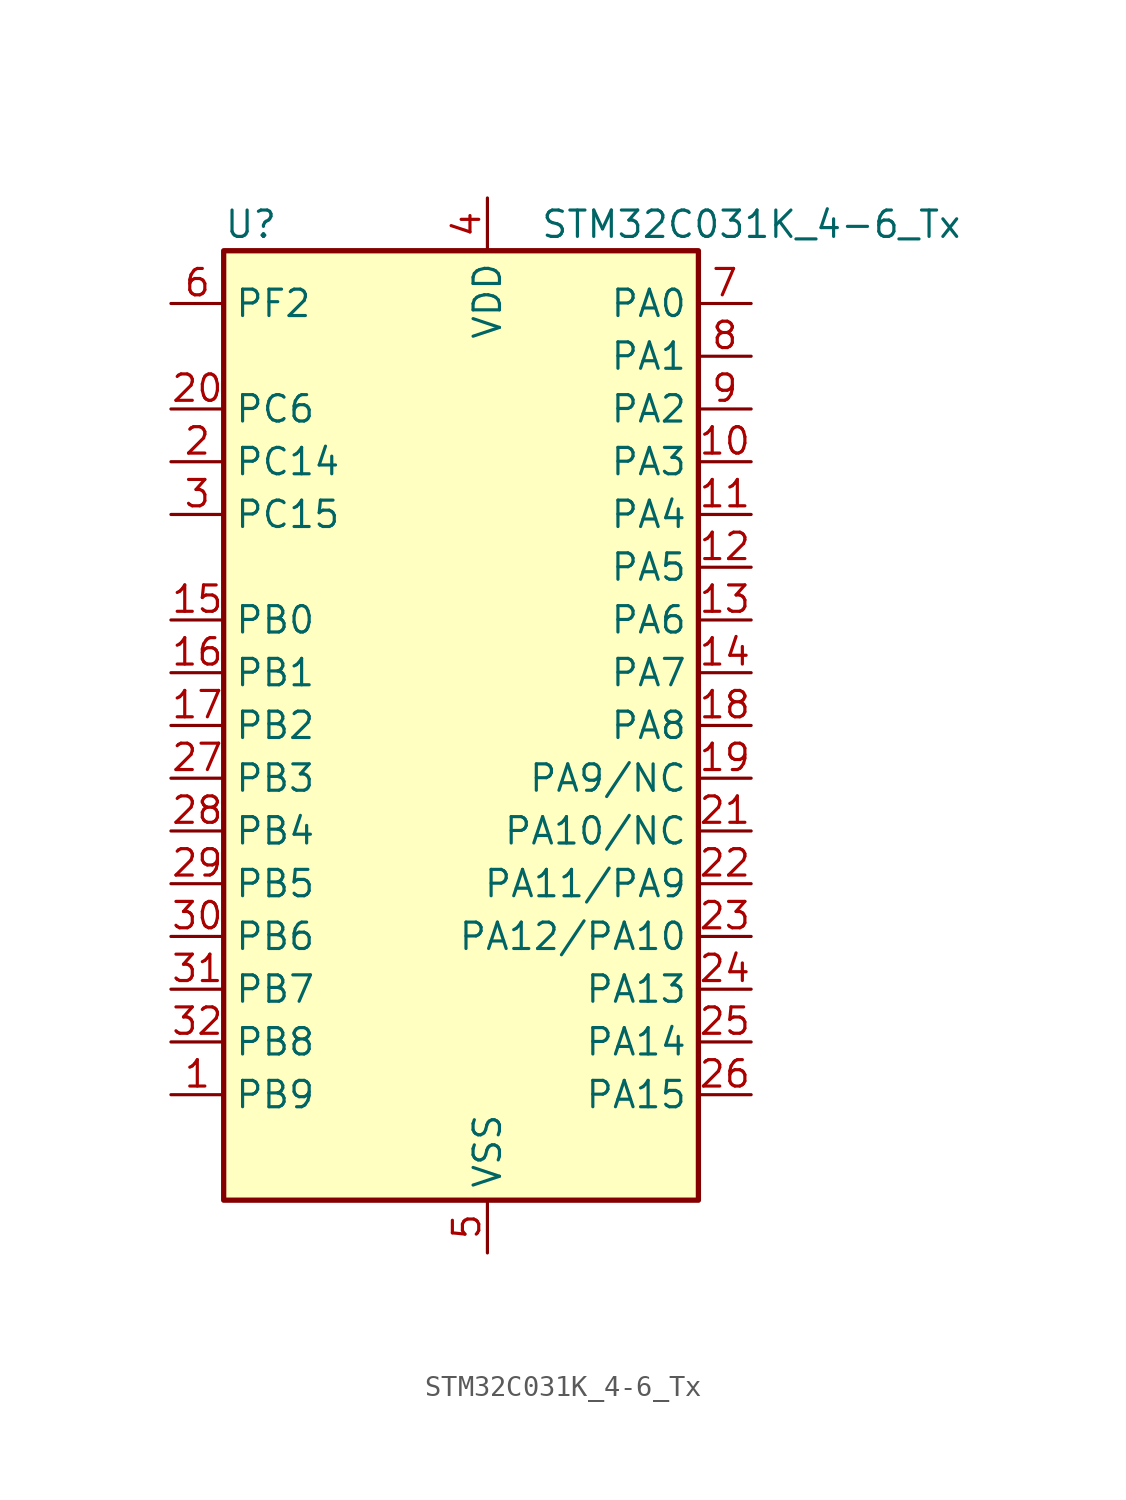
<source format=kicad_sym>
(kicad_symbol_lib
  (version 20220914)
  (generator kicad_symbol_editor)
  (symbol "STM32C031K_4-6_Tx"
    (property "Reference" "U"
      (at -10.16 24.13 0)
      (effects (font (size 1.27 1.27)) (justify left)))
    (property "Value" "STM32C031K_4-6_Tx"
      (at 5.08 24.13 0)
      (effects (font (size 1.27 1.27)) (justify left)))
    (property "ki_locked" ""
      (at 0 0 0)
      (effects (font (size 1.27 1.27))))
    (symbol "STM32C031K_4-6_Tx_0_1"
      (rectangle (start -10.16 -22.86) (end 12.7 22.86) (stroke (width 0.254) (type default)) (fill (type background))))
    (symbol "STM32C031K_4-6_Tx_1_1"
      (pin bidirectional line (at -12.7 -17.78 0) (length 2.54) (name "PB9" (effects (font (size 1.27 1.27)))) (number "1" (effects (font (size 1.27 1.27)))) (alternate "I2C1_SDA" bidirectional line) (alternate "IR_OUT" bidirectional line) (alternate "TIM17_CH1" bidirectional line) (alternate "TIM3_CH2" bidirectional line) (alternate "USART2_CK" bidirectional line) (alternate "USART2_DE" bidirectional line) (alternate "USART2_RTS" bidirectional line))
      (pin bidirectional line (at 15.24 12.7 180) (length 2.54) (name "PA3" (effects (font (size 1.27 1.27)))) (number "10" (effects (font (size 1.27 1.27)))) (alternate "ADC1_IN3" bidirectional line) (alternate "TIM1_CH1N" bidirectional line) (alternate "TIM1_CH4" bidirectional line) (alternate "USART2_RX" bidirectional line))
      (pin bidirectional line (at 15.24 10.16 180) (length 2.54) (name "PA4" (effects (font (size 1.27 1.27)))) (number "11" (effects (font (size 1.27 1.27)))) (alternate "ADC1_IN4" bidirectional line) (alternate "I2S1_WS" bidirectional line) (alternate "PWR_WKUP2" bidirectional line) (alternate "RTC_OUT1" bidirectional line) (alternate "RTC_TS" bidirectional line) (alternate "SPI1_NSS" bidirectional line) (alternate "TIM14_CH1" bidirectional line) (alternate "TIM17_CH1N" bidirectional line) (alternate "TIM1_CH2N" bidirectional line) (alternate "USART2_TX" bidirectional line))
      (pin bidirectional line (at 15.24 7.62 180) (length 2.54) (name "PA5" (effects (font (size 1.27 1.27)))) (number "12" (effects (font (size 1.27 1.27)))) (alternate "ADC1_IN5" bidirectional line) (alternate "I2S1_CK" bidirectional line) (alternate "SPI1_SCK" bidirectional line) (alternate "TIM1_CH1" bidirectional line) (alternate "TIM1_CH3N" bidirectional line) (alternate "USART2_RX" bidirectional line))
      (pin bidirectional line (at 15.24 5.08 180) (length 2.54) (name "PA6" (effects (font (size 1.27 1.27)))) (number "13" (effects (font (size 1.27 1.27)))) (alternate "ADC1_IN6" bidirectional line) (alternate "I2S1_MCK" bidirectional line) (alternate "SPI1_MISO" bidirectional line) (alternate "TIM16_CH1" bidirectional line) (alternate "TIM1_BKIN" bidirectional line) (alternate "TIM3_CH1" bidirectional line))
      (pin bidirectional line (at 15.24 2.54 180) (length 2.54) (name "PA7" (effects (font (size 1.27 1.27)))) (number "14" (effects (font (size 1.27 1.27)))) (alternate "ADC1_IN7" bidirectional line) (alternate "I2S1_SD" bidirectional line) (alternate "SPI1_MOSI" bidirectional line) (alternate "TIM14_CH1" bidirectional line) (alternate "TIM17_CH1" bidirectional line) (alternate "TIM1_CH1N" bidirectional line) (alternate "TIM3_CH2" bidirectional line))
      (pin bidirectional line (at -12.7 5.08 0) (length 2.54) (name "PB0" (effects (font (size 1.27 1.27)))) (number "15" (effects (font (size 1.27 1.27)))) (alternate "ADC1_IN17" bidirectional line) (alternate "I2S1_WS" bidirectional line) (alternate "SPI1_NSS" bidirectional line) (alternate "TIM1_CH2N" bidirectional line) (alternate "TIM3_CH3" bidirectional line))
      (pin bidirectional line (at -12.7 2.54 0) (length 2.54) (name "PB1" (effects (font (size 1.27 1.27)))) (number "16" (effects (font (size 1.27 1.27)))) (alternate "ADC1_IN18" bidirectional line) (alternate "TIM14_CH1" bidirectional line) (alternate "TIM1_CH2N" bidirectional line) (alternate "TIM1_CH3N" bidirectional line) (alternate "TIM3_CH4" bidirectional line))
      (pin bidirectional line (at -12.7 0 0) (length 2.54) (name "PB2" (effects (font (size 1.27 1.27)))) (number "17" (effects (font (size 1.27 1.27)))) (alternate "ADC1_IN19" bidirectional line) (alternate "RCC_MCO_2" bidirectional line) (alternate "USART1_RX" bidirectional line))
      (pin bidirectional line (at 15.24 0 180) (length 2.54) (name "PA8" (effects (font (size 1.27 1.27)))) (number "18" (effects (font (size 1.27 1.27)))) (alternate "ADC1_IN8" bidirectional line) (alternate "I2S1_WS" bidirectional line) (alternate "RCC_MCO" bidirectional line) (alternate "RCC_MCO_2" bidirectional line) (alternate "SPI1_NSS" bidirectional line) (alternate "TIM14_CH1" bidirectional line) (alternate "TIM1_CH1" bidirectional line) (alternate "TIM1_CH2N" bidirectional line) (alternate "TIM1_CH3N" bidirectional line) (alternate "TIM3_CH3" bidirectional line) (alternate "TIM3_CH4" bidirectional line) (alternate "USART1_RX" bidirectional line) (alternate "USART2_TX" bidirectional line))
      (pin bidirectional line (at 15.24 -2.54 180) (length 2.54) (name "PA9/NC" (effects (font (size 1.27 1.27)))) (number "19" (effects (font (size 1.27 1.27)))) (alternate "I2C1_SCL" bidirectional line) (alternate "RCC_MCO" bidirectional line) (alternate "TIM1_CH2" bidirectional line) (alternate "TIM3_ETR" bidirectional line) (alternate "USART1_TX" bidirectional line))
      (pin bidirectional line (at -12.7 12.7 0) (length 2.54) (name "PC14" (effects (font (size 1.27 1.27)))) (number "2" (effects (font (size 1.27 1.27)))) (alternate "I2C1_SDA" bidirectional line) (alternate "IR_OUT" bidirectional line) (alternate "RCC_OSCX_IN" bidirectional line) (alternate "TIM17_CH1" bidirectional line) (alternate "TIM1_BKIN2" bidirectional line) (alternate "TIM1_ETR" bidirectional line) (alternate "TIM3_CH2" bidirectional line) (alternate "USART1_TX" bidirectional line) (alternate "USART2_CK" bidirectional line) (alternate "USART2_DE" bidirectional line) (alternate "USART2_RTS" bidirectional line))
      (pin bidirectional line (at -12.7 15.24 0) (length 2.54) (name "PC6" (effects (font (size 1.27 1.27)))) (number "20" (effects (font (size 1.27 1.27)))) (alternate "TIM3_CH1" bidirectional line))
      (pin bidirectional line (at 15.24 -5.08 180) (length 2.54) (name "PA10/NC" (effects (font (size 1.27 1.27)))) (number "21" (effects (font (size 1.27 1.27)))) (alternate "I2C1_SDA" bidirectional line) (alternate "RCC_MCO_2" bidirectional line) (alternate "TIM17_BKIN" bidirectional line) (alternate "TIM1_CH3" bidirectional line) (alternate "USART1_RX" bidirectional line))
      (pin bidirectional line (at 15.24 -7.62 180) (length 2.54) (name "PA11/PA9" (effects (font (size 1.27 1.27)))) (number "22" (effects (font (size 1.27 1.27)))) (alternate "ADC1_EXTI11" bidirectional line) (alternate "ADC1_IN11" bidirectional line) (alternate "I2S1_MCK" bidirectional line) (alternate "SPI1_MISO" bidirectional line) (alternate "TIM1_BKIN2" bidirectional line) (alternate "TIM1_CH4" bidirectional line) (alternate "USART1_CTS" bidirectional line) (alternate "USART1_NSS" bidirectional line))
      (pin bidirectional line (at 15.24 -10.16 180) (length 2.54) (name "PA12/PA10" (effects (font (size 1.27 1.27)))) (number "23" (effects (font (size 1.27 1.27)))) (alternate "ADC1_IN12" bidirectional line) (alternate "I2S1_SD" bidirectional line) (alternate "I2S_CKIN" bidirectional line) (alternate "SPI1_MOSI" bidirectional line) (alternate "TIM1_ETR" bidirectional line) (alternate "USART1_CK" bidirectional line) (alternate "USART1_DE" bidirectional line) (alternate "USART1_RTS" bidirectional line))
      (pin bidirectional line (at 15.24 -12.7 180) (length 2.54) (name "PA13" (effects (font (size 1.27 1.27)))) (number "24" (effects (font (size 1.27 1.27)))) (alternate "ADC1_IN13" bidirectional line) (alternate "DEBUG_SWDIO" bidirectional line) (alternate "IR_OUT" bidirectional line) (alternate "TIM3_ETR" bidirectional line) (alternate "USART2_RX" bidirectional line))
      (pin bidirectional line (at 15.24 -15.24 180) (length 2.54) (name "PA14" (effects (font (size 1.27 1.27)))) (number "25" (effects (font (size 1.27 1.27)))) (alternate "ADC1_IN14" bidirectional line) (alternate "DEBUG_SWCLK" bidirectional line) (alternate "I2S1_WS" bidirectional line) (alternate "RCC_MCO_2" bidirectional line) (alternate "SPI1_NSS" bidirectional line) (alternate "TIM1_CH1" bidirectional line) (alternate "USART1_CK" bidirectional line) (alternate "USART1_DE" bidirectional line) (alternate "USART1_RTS" bidirectional line) (alternate "USART2_RX" bidirectional line) (alternate "USART2_TX" bidirectional line))
      (pin bidirectional line (at 15.24 -17.78 180) (length 2.54) (name "PA15" (effects (font (size 1.27 1.27)))) (number "26" (effects (font (size 1.27 1.27)))) (alternate "I2S1_WS" bidirectional line) (alternate "RCC_MCO_2" bidirectional line) (alternate "SPI1_NSS" bidirectional line) (alternate "TIM1_CH1" bidirectional line) (alternate "USART1_CK" bidirectional line) (alternate "USART1_DE" bidirectional line) (alternate "USART1_RTS" bidirectional line) (alternate "USART2_RX" bidirectional line))
      (pin bidirectional line (at -12.7 -2.54 0) (length 2.54) (name "PB3" (effects (font (size 1.27 1.27)))) (number "27" (effects (font (size 1.27 1.27)))) (alternate "I2S1_CK" bidirectional line) (alternate "SPI1_SCK" bidirectional line) (alternate "TIM1_CH2" bidirectional line) (alternate "TIM3_CH2" bidirectional line) (alternate "USART1_CK" bidirectional line) (alternate "USART1_DE" bidirectional line) (alternate "USART1_RTS" bidirectional line))
      (pin bidirectional line (at -12.7 -5.08 0) (length 2.54) (name "PB4" (effects (font (size 1.27 1.27)))) (number "28" (effects (font (size 1.27 1.27)))) (alternate "I2S1_MCK" bidirectional line) (alternate "SPI1_MISO" bidirectional line) (alternate "TIM17_BKIN" bidirectional line) (alternate "TIM3_CH1" bidirectional line) (alternate "USART1_CTS" bidirectional line) (alternate "USART1_NSS" bidirectional line))
      (pin bidirectional line (at -12.7 -7.62 0) (length 2.54) (name "PB5" (effects (font (size 1.27 1.27)))) (number "29" (effects (font (size 1.27 1.27)))) (alternate "I2C1_SMBA" bidirectional line) (alternate "I2S1_SD" bidirectional line) (alternate "PWR_WKUP6" bidirectional line) (alternate "SPI1_MOSI" bidirectional line) (alternate "TIM16_BKIN" bidirectional line) (alternate "TIM3_CH2" bidirectional line) (alternate "TIM3_CH3" bidirectional line))
      (pin bidirectional line (at -12.7 10.16 0) (length 2.54) (name "PC15" (effects (font (size 1.27 1.27)))) (number "3" (effects (font (size 1.27 1.27)))) (alternate "RCC_OSC32_EN" bidirectional line) (alternate "RCC_OSCX_OUT" bidirectional line) (alternate "RCC_OSC_EN" bidirectional line) (alternate "TIM1_ETR" bidirectional line) (alternate "TIM3_CH3" bidirectional line))
      (pin bidirectional line (at -12.7 -10.16 0) (length 2.54) (name "PB6" (effects (font (size 1.27 1.27)))) (number "30" (effects (font (size 1.27 1.27)))) (alternate "I2C1_SCL" bidirectional line) (alternate "I2C1_SMBA" bidirectional line) (alternate "I2S1_CK" bidirectional line) (alternate "I2S1_MCK" bidirectional line) (alternate "I2S1_SD" bidirectional line) (alternate "PWR_WKUP3" bidirectional line) (alternate "SPI1_MISO" bidirectional line) (alternate "SPI1_MOSI" bidirectional line) (alternate "SPI1_SCK" bidirectional line) (alternate "TIM16_BKIN" bidirectional line) (alternate "TIM16_CH1N" bidirectional line) (alternate "TIM17_BKIN" bidirectional line) (alternate "TIM1_CH2" bidirectional line) (alternate "TIM1_CH3" bidirectional line) (alternate "TIM3_CH1" bidirectional line) (alternate "TIM3_CH2" bidirectional line) (alternate "TIM3_CH3" bidirectional line) (alternate "USART1_CK" bidirectional line) (alternate "USART1_CTS" bidirectional line) (alternate "USART1_DE" bidirectional line) (alternate "USART1_NSS" bidirectional line) (alternate "USART1_RTS" bidirectional line) (alternate "USART1_TX" bidirectional line))
      (pin bidirectional line (at -12.7 -12.7 0) (length 2.54) (name "PB7" (effects (font (size 1.27 1.27)))) (number "31" (effects (font (size 1.27 1.27)))) (alternate "I2C1_SCL" bidirectional line) (alternate "I2C1_SDA" bidirectional line) (alternate "RTC_REFIN" bidirectional line) (alternate "TIM16_CH1" bidirectional line) (alternate "TIM17_CH1N" bidirectional line) (alternate "TIM1_CH4" bidirectional line) (alternate "TIM3_CH1" bidirectional line) (alternate "TIM3_CH4" bidirectional line) (alternate "USART1_RX" bidirectional line) (alternate "USART2_CTS" bidirectional line) (alternate "USART2_NSS" bidirectional line))
      (pin bidirectional line (at -12.7 -15.24 0) (length 2.54) (name "PB8" (effects (font (size 1.27 1.27)))) (number "32" (effects (font (size 1.27 1.27)))) (alternate "I2C1_SCL" bidirectional line) (alternate "TIM16_CH1" bidirectional line) (alternate "TIM3_CH1" bidirectional line) (alternate "USART2_CTS" bidirectional line) (alternate "USART2_NSS" bidirectional line))
      (pin power_in line (at 2.54 25.4 270) (length 2.54) (name "VDD" (effects (font (size 1.27 1.27)))) (number "4" (effects (font (size 1.27 1.27)))))
      (pin power_in line (at 2.54 -25.4 90) (length 2.54) (name "VSS" (effects (font (size 1.27 1.27)))) (number "5" (effects (font (size 1.27 1.27)))))
      (pin bidirectional line (at -12.7 20.32 0) (length 2.54) (name "PF2" (effects (font (size 1.27 1.27)))) (number "6" (effects (font (size 1.27 1.27)))) (alternate "RCC_MCO" bidirectional line) (alternate "TIM1_CH4" bidirectional line))
      (pin bidirectional line (at 15.24 20.32 180) (length 2.54) (name "PA0" (effects (font (size 1.27 1.27)))) (number "7" (effects (font (size 1.27 1.27)))) (alternate "ADC1_IN0" bidirectional line) (alternate "PWR_WKUP1" bidirectional line) (alternate "TIM16_CH1" bidirectional line) (alternate "TIM1_CH1" bidirectional line) (alternate "USART1_TX" bidirectional line) (alternate "USART2_CTS" bidirectional line) (alternate "USART2_NSS" bidirectional line))
      (pin bidirectional line (at 15.24 17.78 180) (length 2.54) (name "PA1" (effects (font (size 1.27 1.27)))) (number "8" (effects (font (size 1.27 1.27)))) (alternate "ADC1_IN1" bidirectional line) (alternate "I2C1_SMBA" bidirectional line) (alternate "I2S1_CK" bidirectional line) (alternate "SPI1_SCK" bidirectional line) (alternate "TIM17_CH1" bidirectional line) (alternate "TIM1_CH2" bidirectional line) (alternate "USART1_RX" bidirectional line) (alternate "USART2_CK" bidirectional line) (alternate "USART2_DE" bidirectional line) (alternate "USART2_RTS" bidirectional line))
      (pin bidirectional line (at 15.24 15.24 180) (length 2.54) (name "PA2" (effects (font (size 1.27 1.27)))) (number "9" (effects (font (size 1.27 1.27)))) (alternate "ADC1_IN2" bidirectional line) (alternate "I2S1_SD" bidirectional line) (alternate "PWR_WKUP4" bidirectional line) (alternate "RCC_LSCO" bidirectional line) (alternate "SPI1_MOSI" bidirectional line) (alternate "TIM16_CH1N" bidirectional line) (alternate "TIM1_CH3" bidirectional line) (alternate "TIM3_ETR" bidirectional line) (alternate "USART2_TX" bidirectional line)))))
</source>
